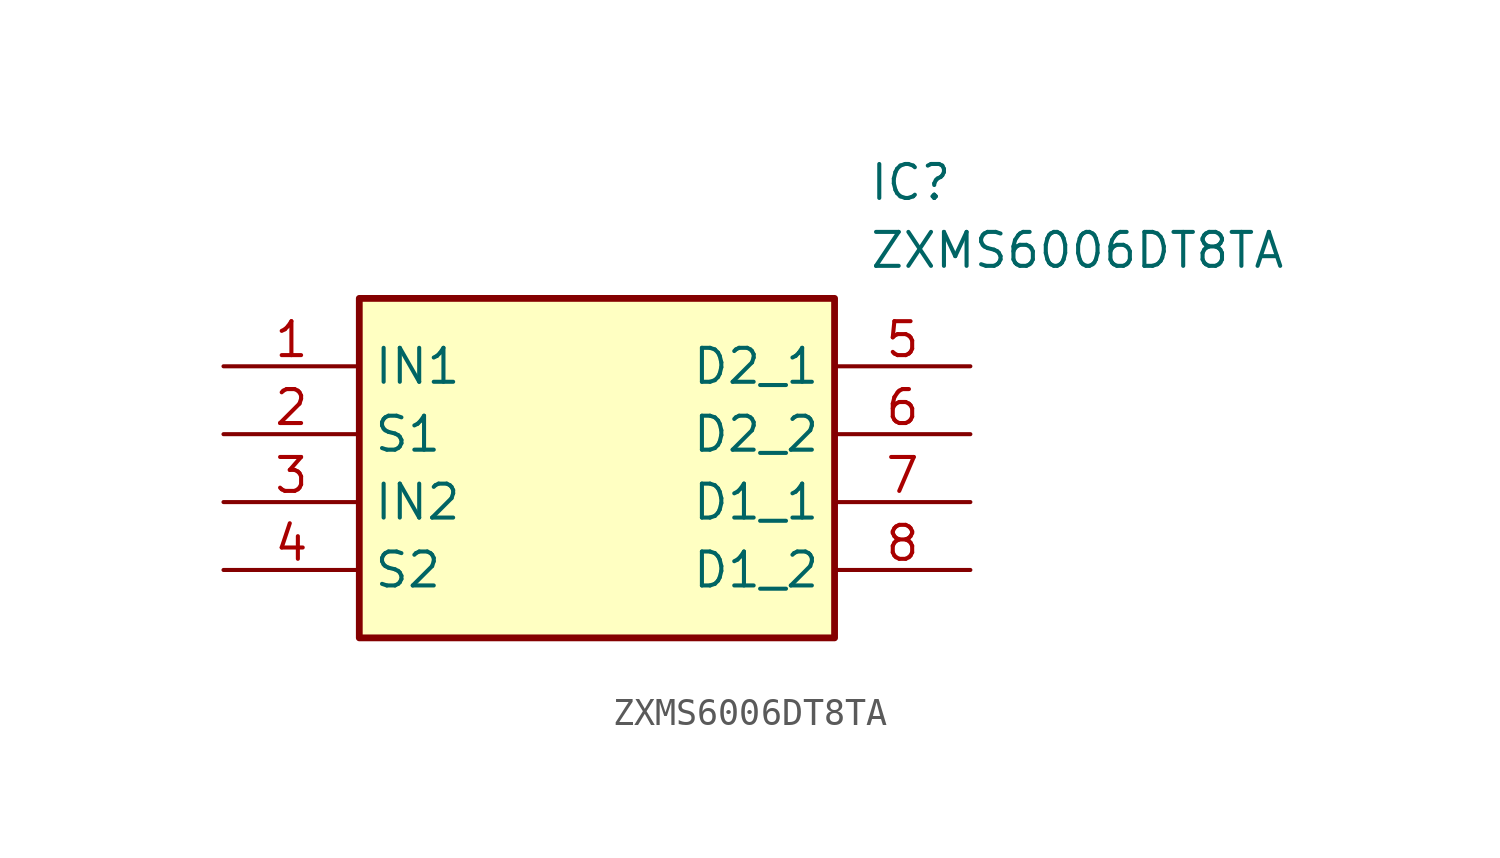
<source format=kicad_sym>
(kicad_symbol_lib
  (version 20211014)
  (generator SamacSys_ECAD_Model)
  (symbol "ZXMS6006DT8TA"
    (property "Reference" "IC"
      (at 24.13 7.62 0)
      (effects (font (size 1.27 1.27)) (justify left top)))
    (property "Value" "ZXMS6006DT8TA"
      (at 24.13 5.08 0)
      (effects (font (size 1.27 1.27)) (justify left top)))
    (rectangle
      (start 5.08 2.54)
      (end 22.86 -10.16)
      (stroke (width 0.254) (type default))
      (fill (type background)))
    (pin passive line
      (at 0 0 0)
      (length 5.08)
      (name "IN1" (effects (font (size 1.27 1.27))))
      (number "1" (effects (font (size 1.27 1.27)))))
    (pin passive line
      (at 0 -2.54 0)
      (length 5.08)
      (name "S1" (effects (font (size 1.27 1.27))))
      (number "2" (effects (font (size 1.27 1.27)))))
    (pin passive line
      (at 0 -5.08 0)
      (length 5.08)
      (name "IN2" (effects (font (size 1.27 1.27))))
      (number "3" (effects (font (size 1.27 1.27)))))
    (pin passive line
      (at 0 -7.62 0)
      (length 5.08)
      (name "S2" (effects (font (size 1.27 1.27))))
      (number "4" (effects (font (size 1.27 1.27)))))
    (pin passive line
      (at 27.94 0 180)
      (length 5.08)
      (name "D2_1" (effects (font (size 1.27 1.27))))
      (number "5" (effects (font (size 1.27 1.27)))))
    (pin passive line
      (at 27.94 -2.54 180)
      (length 5.08)
      (name "D2_2" (effects (font (size 1.27 1.27))))
      (number "6" (effects (font (size 1.27 1.27)))))
    (pin passive line
      (at 27.94 -5.08 180)
      (length 5.08)
      (name "D1_1" (effects (font (size 1.27 1.27))))
      (number "7" (effects (font (size 1.27 1.27)))))
    (pin passive line
      (at 27.94 -7.62 180)
      (length 5.08)
      (name "D1_2" (effects (font (size 1.27 1.27))))
      (number "8" (effects (font (size 1.27 1.27)))))))
</source>
